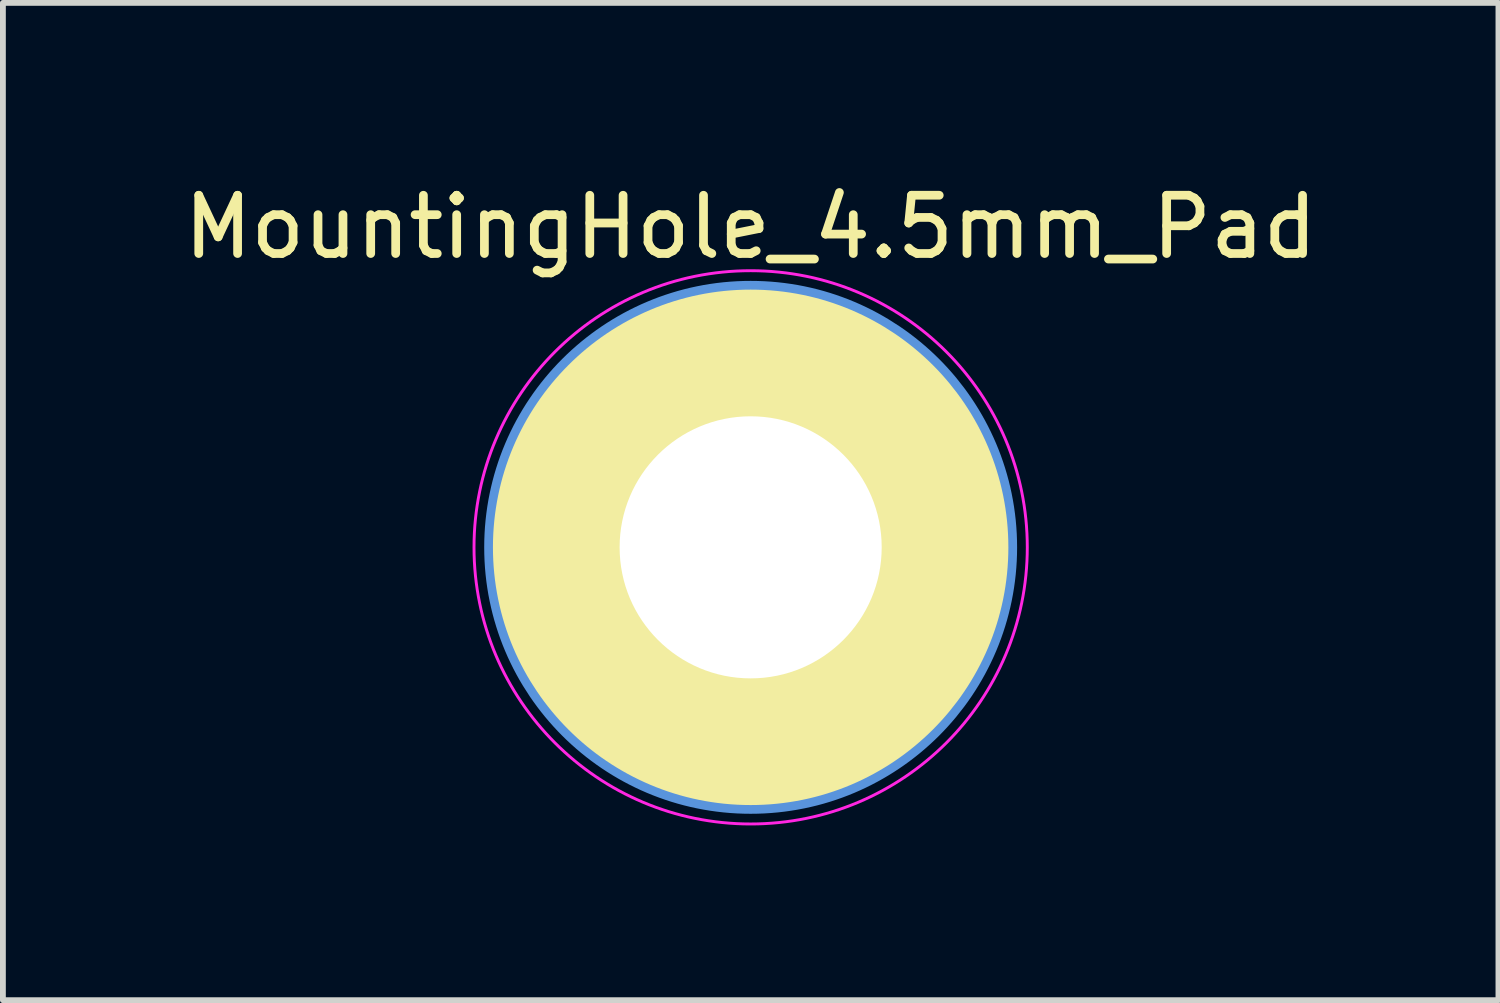
<source format=kicad_pcb>
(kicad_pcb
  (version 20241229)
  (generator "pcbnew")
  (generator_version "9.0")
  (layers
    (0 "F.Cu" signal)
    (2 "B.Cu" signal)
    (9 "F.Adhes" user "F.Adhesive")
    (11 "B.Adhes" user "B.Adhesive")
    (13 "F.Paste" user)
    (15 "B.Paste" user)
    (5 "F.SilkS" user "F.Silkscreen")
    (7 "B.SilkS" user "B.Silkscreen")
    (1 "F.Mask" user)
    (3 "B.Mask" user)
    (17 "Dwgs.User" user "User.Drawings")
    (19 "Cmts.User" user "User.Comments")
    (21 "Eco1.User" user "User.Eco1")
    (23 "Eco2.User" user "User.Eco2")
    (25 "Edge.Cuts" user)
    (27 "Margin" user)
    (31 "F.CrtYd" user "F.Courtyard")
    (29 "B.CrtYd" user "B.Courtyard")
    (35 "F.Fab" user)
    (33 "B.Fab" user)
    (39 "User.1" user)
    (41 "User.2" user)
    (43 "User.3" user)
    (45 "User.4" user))
  (footprint "MountingHole_4.5mm_Pad"
    (layer "F.Cu")
    (at 9.839 6.348)
    (property "Reference" "MountingHole_4.5mm_Pad" (at 0 -5.5 0) (layer "F.SilkS") (effects (font (size 1 1) (thickness 0.15))))
    (attr through_hole)
    (fp_circle (center 0 0) (end 4.5 0) (stroke (width 0.15) (type solid)) (fill no) (layer "Cmts.User"))
    (fp_circle (center 0 0) (end 4.75 0) (stroke (width 0.05) (type solid)) (fill no) (layer "F.CrtYd"))
    (pad "1" thru_hole circle (at 0 0) (size 9 9) (drill 4.5) (layers "*.Cu" "*.Mask" "F.SilkS")))
  (gr_rect
    (start -3 -3)
    (end 22.679 14.123)
    (stroke (width 0.1) (type default))
    (fill no)
    (layer "Edge.Cuts")))
</source>
